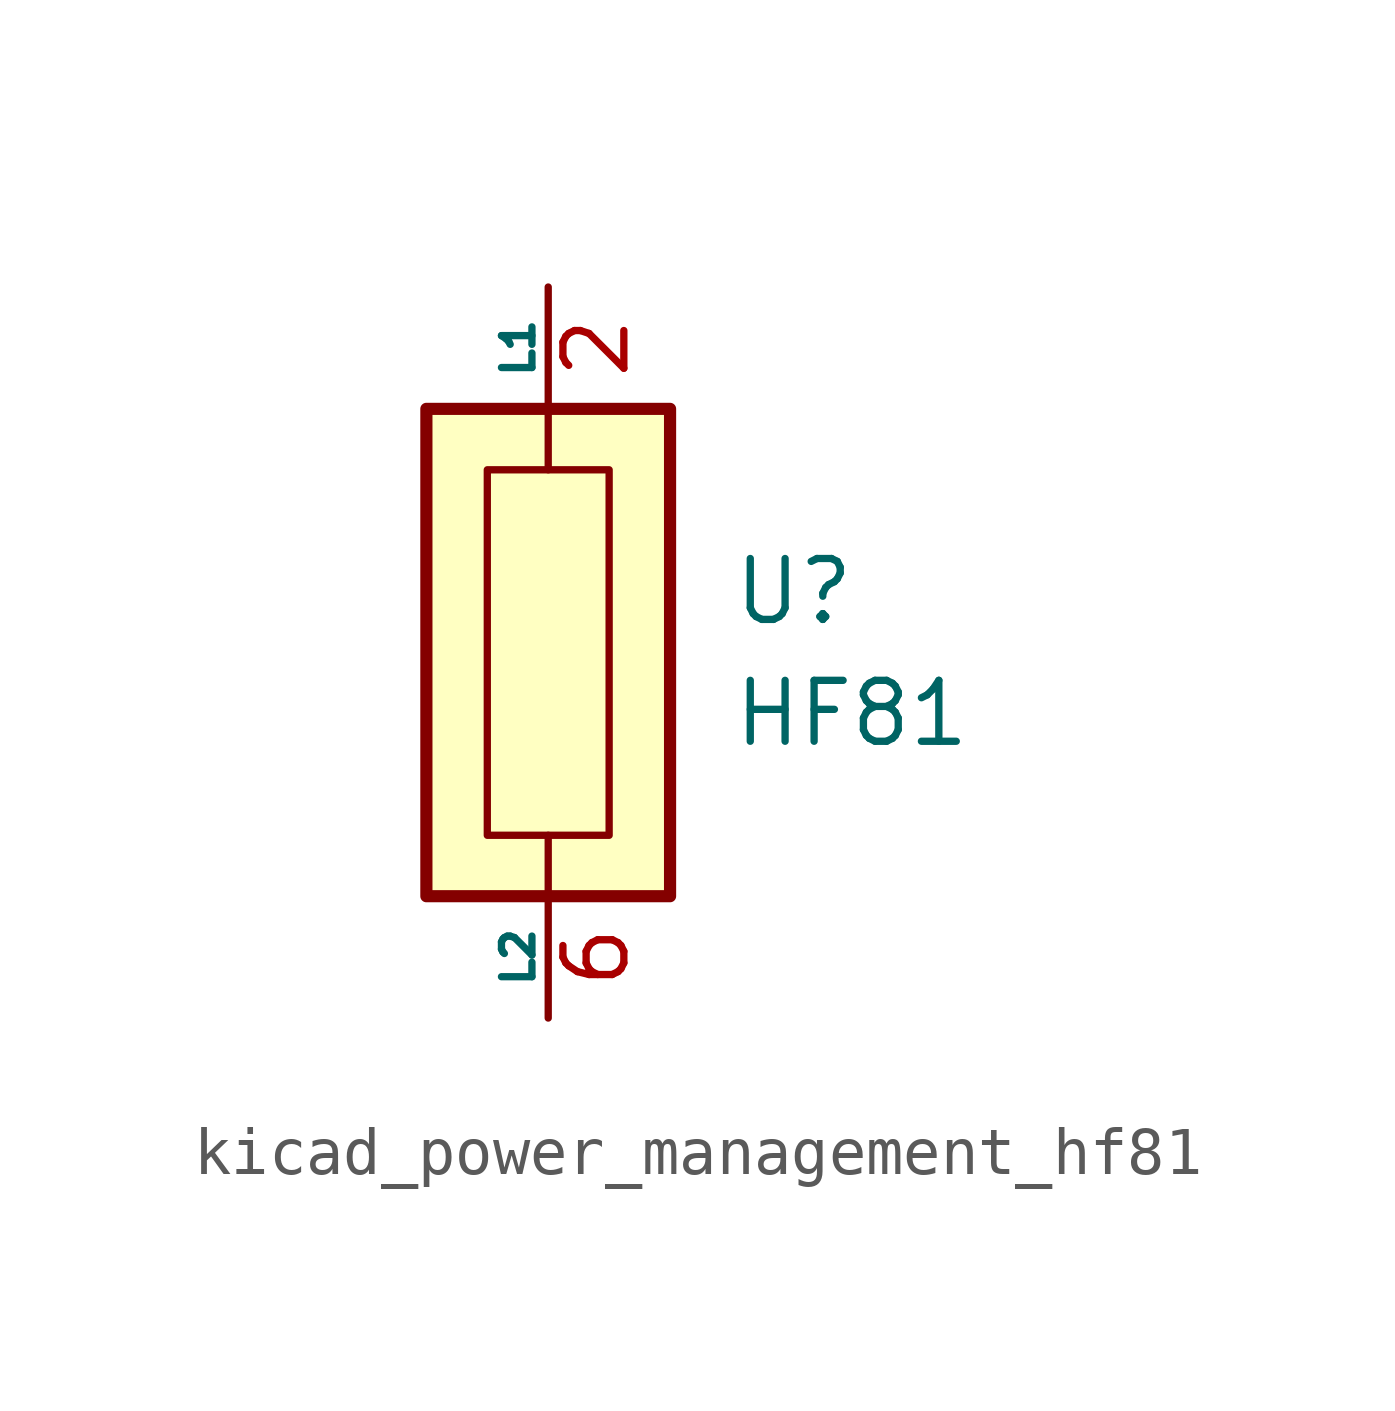
<source format=kicad_sym>
(kicad_symbol_lib
  (version 20220914)
  (generator kicad_symbol_editor)
  (symbol "kicad_power_management_hf81"
    (pin_names
      (offset 0))
    (property "Reference" "U"
      (at 3.81 1.27 0)
      (effects (font (size 1.27 1.27)) (justify left)))
    (property "Value" "HF81"
      (at 3.81 -1.27 0)
      (effects (font (size 1.27 1.27)) (justify left)))
    (symbol "kicad_power_management_hf81_0_1"
      (rectangle (start -2.54 5.08) (end 2.54 -5.08) (stroke (width 0.254) (type default)) (fill (type background)))
      (rectangle (start -1.27 3.81) (end 1.27 -3.81) (stroke (width 0) (type default)) (fill (type none)))
      (polyline (pts (xy 0 -3.81) (xy 0 -5.08)) (stroke (width 0) (type default)) (fill (type none)))
      (polyline (pts (xy 0 5.08) (xy 0 3.81)) (stroke (width 0) (type default)) (fill (type none))))
    (symbol "kicad_power_management_hf81_1_1"
      (pin no_connect line (at -2.54 5.08 0) (length 2.54) hide (name "NC" (effects (font (size 1.27 1.27)))) (number "1" (effects (font (size 1.27 1.27)))))
      (pin passive line (at 0 7.62 270) (length 2.54) (name "L1" (effects (font (size 0.635 0.635)))) (number "2" (effects (font (size 1.27 1.27)))))
      (pin passive line (at 0 7.62 270) (length 2.54) hide (name "L1" (effects (font (size 0.635 0.635)))) (number "3" (effects (font (size 1.27 1.27)))))
      (pin no_connect line (at -2.54 2.54 0) (length 2.54) hide (name "NC" (effects (font (size 1.27 1.27)))) (number "4" (effects (font (size 1.27 1.27)))))
      (pin no_connect line (at -2.54 -2.54 0) (length 2.54) hide (name "NC" (effects (font (size 1.27 1.27)))) (number "5" (effects (font (size 1.27 1.27)))))
      (pin passive line (at 0 -7.62 90) (length 2.54) (name "L2" (effects (font (size 0.635 0.635)))) (number "6" (effects (font (size 1.27 1.27)))))
      (pin passive line (at 0 -7.62 90) (length 2.54) hide (name "L2" (effects (font (size 0.635 0.635)))) (number "7" (effects (font (size 1.27 1.27)))))
      (pin no_connect line (at -2.54 -5.08 0) (length 2.54) hide (name "NC" (effects (font (size 1.27 1.27)))) (number "8" (effects (font (size 1.27 1.27))))))))
</source>
